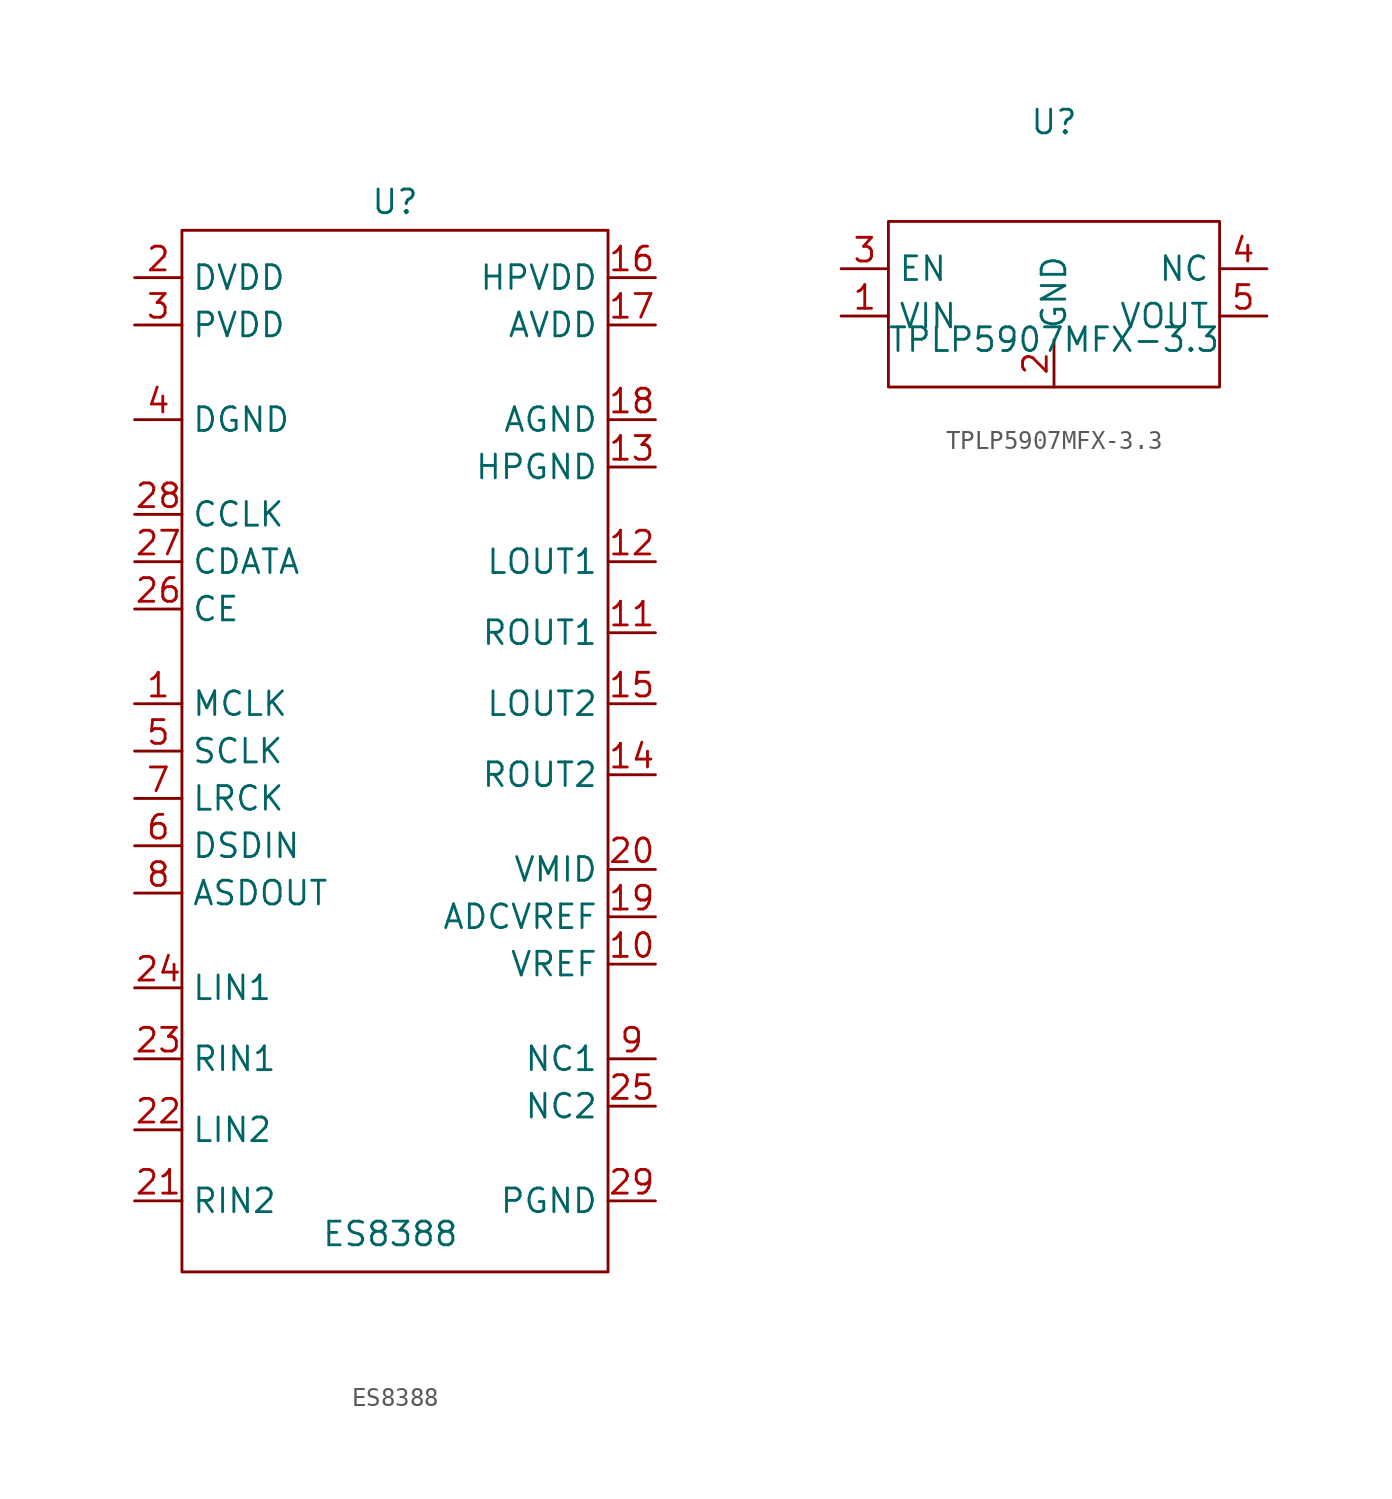
<source format=kicad_sym>
(kicad_symbol_lib
  (version 20231120)
  (generator "kicad_symbol_editor")
  (generator_version "8.0")
  (symbol "ES8388"
    (property "Reference" "U"
      (at 0 12.954 0)
      (effects (font (size 1.27 1.27))))
    (property "Value" "ES8388"
      (at -0.254 -42.418 0)
      (effects (font (size 1.27 1.27))))
    (symbol "ES8388_0_1"
      (rectangle (start -11.43 11.43) (end 11.43 -44.45) (stroke (width 0) (type default)) (fill (type none))))
    (symbol "ES8388_1_1"
      (pin input line (at -13.97 -13.97 0) (length 2.54) (name "MCLK" (effects (font (size 1.27 1.27)))) (number "1" (effects (font (size 1.27 1.27)))))
      (pin input line (at 13.97 -27.94 180) (length 2.54) (name "VREF" (effects (font (size 1.27 1.27)))) (number "10" (effects (font (size 1.27 1.27)))))
      (pin input line (at 13.97 -10.16 180) (length 2.54) (name "ROUT1" (effects (font (size 1.27 1.27)))) (number "11" (effects (font (size 1.27 1.27)))))
      (pin input line (at 13.97 -6.35 180) (length 2.54) (name "LOUT1" (effects (font (size 1.27 1.27)))) (number "12" (effects (font (size 1.27 1.27)))))
      (pin input line (at 13.97 -1.27 180) (length 2.54) (name "HPGND" (effects (font (size 1.27 1.27)))) (number "13" (effects (font (size 1.27 1.27)))))
      (pin input line (at 13.97 -17.78 180) (length 2.54) (name "ROUT2" (effects (font (size 1.27 1.27)))) (number "14" (effects (font (size 1.27 1.27)))))
      (pin input line (at 13.97 -13.97 180) (length 2.54) (name "LOUT2" (effects (font (size 1.27 1.27)))) (number "15" (effects (font (size 1.27 1.27)))))
      (pin input line (at 13.97 8.89 180) (length 2.54) (name "HPVDD" (effects (font (size 1.27 1.27)))) (number "16" (effects (font (size 1.27 1.27)))))
      (pin input line (at 13.97 6.35 180) (length 2.54) (name "AVDD" (effects (font (size 1.27 1.27)))) (number "17" (effects (font (size 1.27 1.27)))))
      (pin input line (at 13.97 1.27 180) (length 2.54) (name "AGND" (effects (font (size 1.27 1.27)))) (number "18" (effects (font (size 1.27 1.27)))))
      (pin input line (at 13.97 -25.4 180) (length 2.54) (name "ADCVREF" (effects (font (size 1.27 1.27)))) (number "19" (effects (font (size 1.27 1.27)))))
      (pin input line (at -13.97 8.89 0) (length 2.54) (name "DVDD" (effects (font (size 1.27 1.27)))) (number "2" (effects (font (size 1.27 1.27)))))
      (pin input line (at 13.97 -22.86 180) (length 2.54) (name "VMID" (effects (font (size 1.27 1.27)))) (number "20" (effects (font (size 1.27 1.27)))))
      (pin input line (at -13.97 -40.64 0) (length 2.54) (name "RIN2" (effects (font (size 1.27 1.27)))) (number "21" (effects (font (size 1.27 1.27)))))
      (pin input line (at -13.97 -36.83 0) (length 2.54) (name "LIN2" (effects (font (size 1.27 1.27)))) (number "22" (effects (font (size 1.27 1.27)))))
      (pin input line (at -13.97 -33.02 0) (length 2.54) (name "RIN1" (effects (font (size 1.27 1.27)))) (number "23" (effects (font (size 1.27 1.27)))))
      (pin input line (at -13.97 -29.21 0) (length 2.54) (name "LIN1" (effects (font (size 1.27 1.27)))) (number "24" (effects (font (size 1.27 1.27)))))
      (pin input line (at 13.97 -35.56 180) (length 2.54) (name "NC2" (effects (font (size 1.27 1.27)))) (number "25" (effects (font (size 1.27 1.27)))))
      (pin input line (at -13.97 -8.89 0) (length 2.54) (name "CE" (effects (font (size 1.27 1.27)))) (number "26" (effects (font (size 1.27 1.27)))))
      (pin input line (at -13.97 -6.35 0) (length 2.54) (name "CDATA" (effects (font (size 1.27 1.27)))) (number "27" (effects (font (size 1.27 1.27)))))
      (pin input line (at -13.97 -3.81 0) (length 2.54) (name "CCLK" (effects (font (size 1.27 1.27)))) (number "28" (effects (font (size 1.27 1.27)))))
      (pin input line (at 13.97 -40.64 180) (length 2.54) (name "PGND" (effects (font (size 1.27 1.27)))) (number "29" (effects (font (size 1.27 1.27)))))
      (pin input line (at -13.97 6.35 0) (length 2.54) (name "PVDD" (effects (font (size 1.27 1.27)))) (number "3" (effects (font (size 1.27 1.27)))))
      (pin input line (at -13.97 1.27 0) (length 2.54) (name "DGND" (effects (font (size 1.27 1.27)))) (number "4" (effects (font (size 1.27 1.27)))))
      (pin input line (at -13.97 -16.51 0) (length 2.54) (name "SCLK" (effects (font (size 1.27 1.27)))) (number "5" (effects (font (size 1.27 1.27)))))
      (pin input line (at -13.97 -21.59 0) (length 2.54) (name "DSDIN" (effects (font (size 1.27 1.27)))) (number "6" (effects (font (size 1.27 1.27)))))
      (pin input line (at -13.97 -19.05 0) (length 2.54) (name "LRCK" (effects (font (size 1.27 1.27)))) (number "7" (effects (font (size 1.27 1.27)))))
      (pin input line (at -13.97 -24.13 0) (length 2.54) (name "ASDOUT" (effects (font (size 1.27 1.27)))) (number "8" (effects (font (size 1.27 1.27)))))
      (pin input line (at 13.97 -33.02 180) (length 2.54) (name "NC1" (effects (font (size 1.27 1.27)))) (number "9" (effects (font (size 1.27 1.27)))))))
  (symbol "TPLP5907MFX-3.3"
    (property "Reference" "U"
      (at 0 11.684 0)
      (effects (font (size 1.27 1.27))))
    (property "Value" "TPLP5907MFX-3.3"
      (at 0 0 0)
      (effects (font (size 1.27 1.27))))
    (symbol "TPLP5907MFX-3.3_0_1"
      (rectangle (start -8.89 6.35) (end 8.89 -2.54) (stroke (width 0) (type default)) (fill (type none))))
    (symbol "TPLP5907MFX-3.3_1_1"
      (pin input line (at -11.43 1.27 0) (length 2.54) (name "VIN" (effects (font (size 1.27 1.27)))) (number "1" (effects (font (size 1.27 1.27)))))
      (pin input line (at 0 -2.54 90) (length 2.54) (name "GND" (effects (font (size 1.27 1.27)))) (number "2" (effects (font (size 1.27 1.27)))))
      (pin input line (at -11.43 3.81 0) (length 2.54) (name "EN" (effects (font (size 1.27 1.27)))) (number "3" (effects (font (size 1.27 1.27)))))
      (pin input line (at 11.43 3.81 180) (length 2.54) (name "NC" (effects (font (size 1.27 1.27)))) (number "4" (effects (font (size 1.27 1.27)))))
      (pin input line (at 11.43 1.27 180) (length 2.54) (name "VOUT" (effects (font (size 1.27 1.27)))) (number "5" (effects (font (size 1.27 1.27))))))))
</source>
